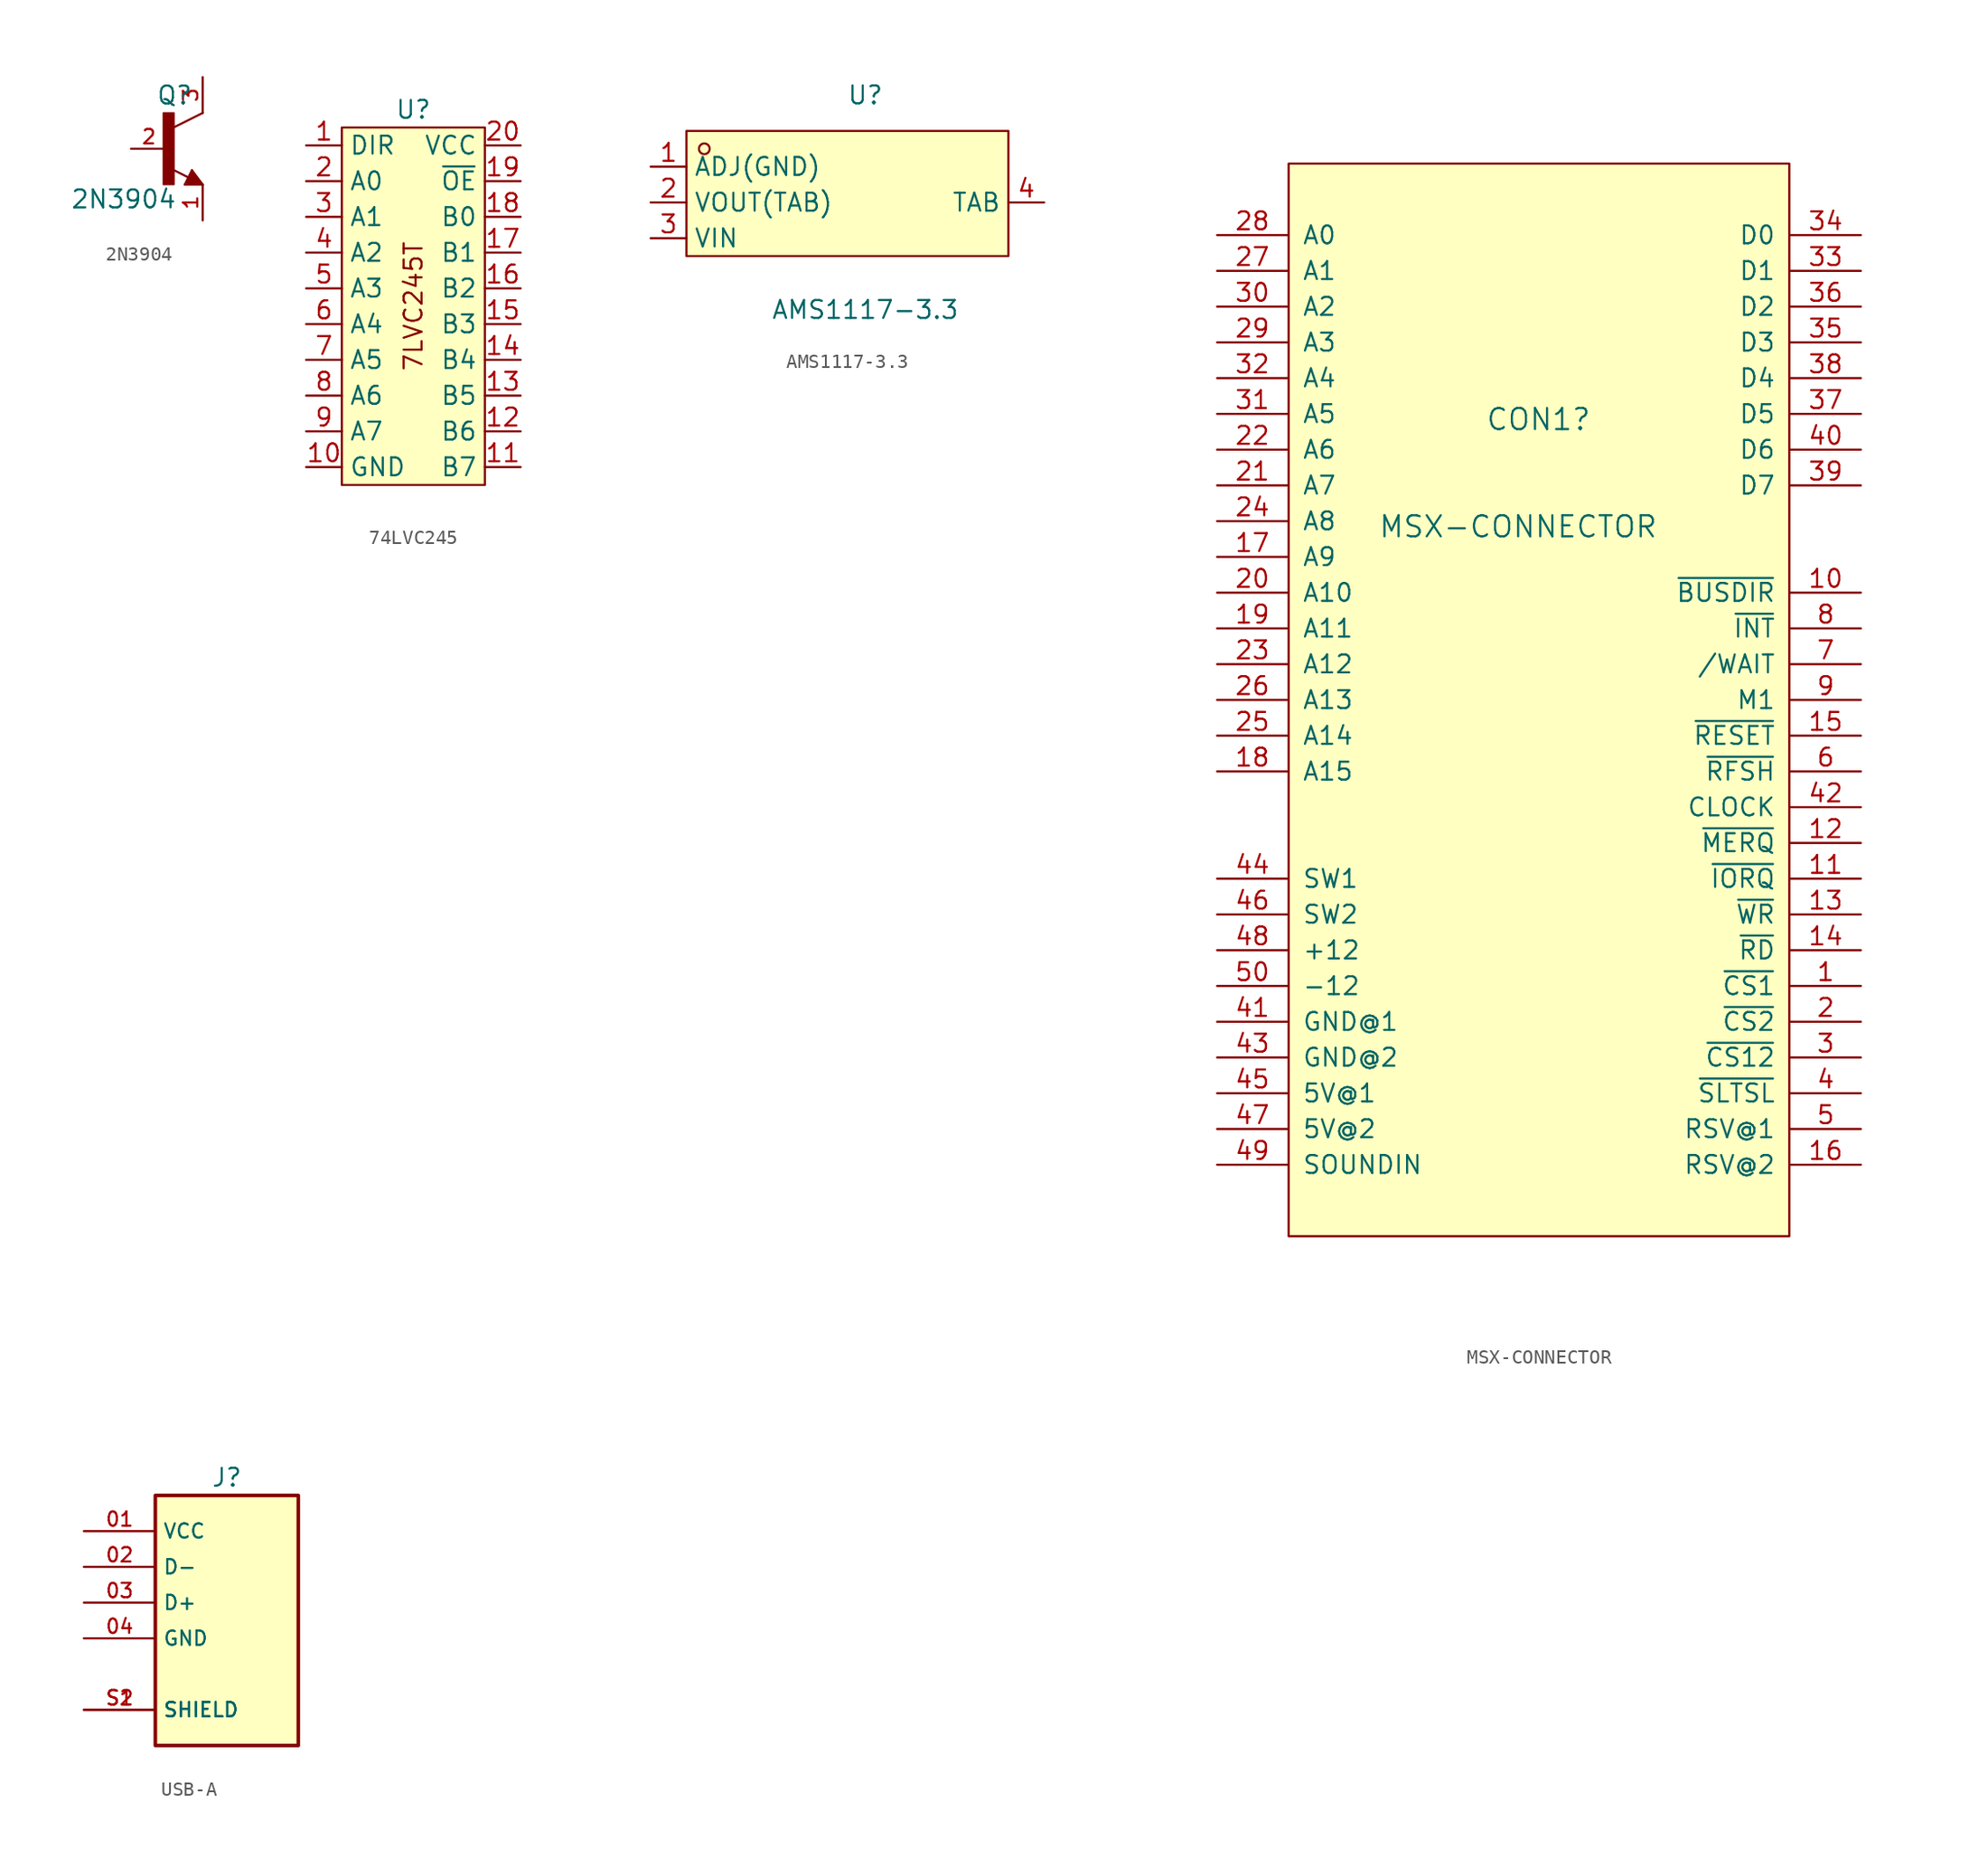
<source format=kicad_sym>
(kicad_symbol_lib
  (version 20231120)
  (generator "kicad_symbol_editor")
  (generator_version "8.0")
  (symbol "2N3904"
    (pin_names
      (offset 1.016))
    (property "Reference" "Q"
      (at -0.762 3.048 0)
      (effects (font (size 1.27 1.27)) (justify left bottom)))
    (property "Value" "2N3904"
      (at -6.858 -4.318 0)
      (effects (font (size 1.27 1.27)) (justify left bottom)))
    (symbol "2N3904_0_0"
      (rectangle (start -0.254 -2.54) (end 0.508 2.54) (stroke (width 0.1) (type default)) (fill (type outline)))
      (polyline (pts (xy 1.27 -2.54) (xy 1.778 -1.524)) (stroke (width 0.152) (type default)) (fill (type none)))
      (polyline (pts (xy 1.524 -2.413) (xy 2.286 -2.413)) (stroke (width 0.254) (type default)) (fill (type none)))
      (polyline (pts (xy 1.524 -2.286) (xy 1.905 -2.286)) (stroke (width 0.254) (type default)) (fill (type none)))
      (polyline (pts (xy 1.54 -2.04) (xy 0.308 -1.424)) (stroke (width 0.152) (type default)) (fill (type none)))
      (polyline (pts (xy 1.778 -1.778) (xy 1.524 -2.286)) (stroke (width 0.254) (type default)) (fill (type none)))
      (polyline (pts (xy 1.778 -1.524) (xy 2.54 -2.54)) (stroke (width 0.152) (type default)) (fill (type none)))
      (polyline (pts (xy 1.905 -2.286) (xy 1.778 -2.032)) (stroke (width 0.254) (type default)) (fill (type none)))
      (polyline (pts (xy 2.286 -2.413) (xy 1.778 -1.778)) (stroke (width 0.254) (type default)) (fill (type none)))
      (polyline (pts (xy 2.54 -2.54) (xy 1.27 -2.54)) (stroke (width 0.152) (type default)) (fill (type none)))
      (polyline (pts (xy 2.54 2.54) (xy 0.508 1.524)) (stroke (width 0.152) (type default)) (fill (type none)))
      (pin passive line (at 2.54 -5.08 90) (length 2.54) (name "~" (effects (font (size 1.016 1.016)))) (number "1" (effects (font (size 1.016 1.016)))))
      (pin passive line (at -2.54 0 0) (length 2.54) (name "~" (effects (font (size 1.016 1.016)))) (number "2" (effects (font (size 1.016 1.016)))))
      (pin passive line (at 2.54 5.08 270) (length 2.54) (name "~" (effects (font (size 1.016 1.016)))) (number "3" (effects (font (size 1.016 1.016)))))))
  (symbol "74LVC245"
    (property "Reference" "U"
      (at 0 12.7 0)
      (effects (font (size 1.27 1.27))))
    (property "Value" ""
      (at 0 12.7 0)
      (effects (font (size 1.27 1.27))))
    (symbol "74LVC245_1_1"
      (rectangle (start -5.08 11.43) (end 5.08 -13.97) (stroke (width 0) (type default)) (fill (type background)))
      (text "7LVC245T" (at 0 -1.27 900) (effects (font (size 1.27 1.27))))
      (pin input line (at -7.62 10.16 0) (length 2.54) (name "DIR" (effects (font (size 1.27 1.27)))) (number "1" (effects (font (size 1.27 1.27)))))
      (pin input line (at -7.62 -12.7 0) (length 2.54) (name "GND" (effects (font (size 1.27 1.27)))) (number "10" (effects (font (size 1.27 1.27)))))
      (pin input line (at 7.62 -12.7 180) (length 2.54) (name "B7" (effects (font (size 1.27 1.27)))) (number "11" (effects (font (size 1.27 1.27)))))
      (pin input line (at 7.62 -10.16 180) (length 2.54) (name "B6" (effects (font (size 1.27 1.27)))) (number "12" (effects (font (size 1.27 1.27)))))
      (pin input line (at 7.62 -7.62 180) (length 2.54) (name "B5" (effects (font (size 1.27 1.27)))) (number "13" (effects (font (size 1.27 1.27)))))
      (pin input line (at 7.62 -5.08 180) (length 2.54) (name "B4" (effects (font (size 1.27 1.27)))) (number "14" (effects (font (size 1.27 1.27)))))
      (pin input line (at 7.62 -2.54 180) (length 2.54) (name "B3" (effects (font (size 1.27 1.27)))) (number "15" (effects (font (size 1.27 1.27)))))
      (pin input line (at 7.62 0 180) (length 2.54) (name "B2" (effects (font (size 1.27 1.27)))) (number "16" (effects (font (size 1.27 1.27)))))
      (pin input line (at 7.62 2.54 180) (length 2.54) (name "B1" (effects (font (size 1.27 1.27)))) (number "17" (effects (font (size 1.27 1.27)))))
      (pin input line (at 7.62 5.08 180) (length 2.54) (name "B0" (effects (font (size 1.27 1.27)))) (number "18" (effects (font (size 1.27 1.27)))))
      (pin input line (at 7.62 7.62 180) (length 2.54) (name "~{OE}" (effects (font (size 1.27 1.27)))) (number "19" (effects (font (size 1.27 1.27)))))
      (pin input line (at -7.62 7.62 0) (length 2.54) (name "A0" (effects (font (size 1.27 1.27)))) (number "2" (effects (font (size 1.27 1.27)))))
      (pin input line (at 7.62 10.16 180) (length 2.54) (name "VCC" (effects (font (size 1.27 1.27)))) (number "20" (effects (font (size 1.27 1.27)))))
      (pin input line (at -7.62 5.08 0) (length 2.54) (name "A1" (effects (font (size 1.27 1.27)))) (number "3" (effects (font (size 1.27 1.27)))))
      (pin input line (at -7.62 2.54 0) (length 2.54) (name "A2" (effects (font (size 1.27 1.27)))) (number "4" (effects (font (size 1.27 1.27)))))
      (pin input line (at -7.62 0 0) (length 2.54) (name "A3" (effects (font (size 1.27 1.27)))) (number "5" (effects (font (size 1.27 1.27)))))
      (pin input line (at -7.62 -2.54 0) (length 2.54) (name "A4" (effects (font (size 1.27 1.27)))) (number "6" (effects (font (size 1.27 1.27)))))
      (pin input line (at -7.62 -5.08 0) (length 2.54) (name "A5" (effects (font (size 1.27 1.27)))) (number "7" (effects (font (size 1.27 1.27)))))
      (pin input line (at -7.62 -7.62 0) (length 2.54) (name "A6" (effects (font (size 1.27 1.27)))) (number "8" (effects (font (size 1.27 1.27)))))
      (pin input line (at -7.62 -10.16 0) (length 2.54) (name "A7" (effects (font (size 1.27 1.27)))) (number "9" (effects (font (size 1.27 1.27)))))))
  (symbol "AMS1117-3.3"
    (property "Reference" "U"
      (at 0 7.62 0)
      (effects (font (size 1.27 1.27))))
    (property "Value" "AMS1117-3.3"
      (at 0 -7.62 0)
      (effects (font (size 1.27 1.27))))
    (symbol "AMS1117-3.3_0_1"
      (rectangle (start -12.7 5.08) (end 10.16 -3.81) (stroke (width 0) (type default)) (fill (type background)))
      (circle (center -11.43 3.81) (radius 0.38) (stroke (width 0) (type default)) (fill (type none)))
      (pin unspecified line (at -15.24 2.54 0) (length 2.54) (name "ADJ(GND)" (effects (font (size 1.27 1.27)))) (number "1" (effects (font (size 1.27 1.27)))))
      (pin unspecified line (at -15.24 0 0) (length 2.54) (name "VOUT(TAB)" (effects (font (size 1.27 1.27)))) (number "2" (effects (font (size 1.27 1.27)))))
      (pin unspecified line (at -15.24 -2.54 0) (length 2.54) (name "VIN" (effects (font (size 1.27 1.27)))) (number "3" (effects (font (size 1.27 1.27)))))
      (pin unspecified line (at 12.7 0 180) (length 2.54) (name "TAB" (effects (font (size 1.27 1.27)))) (number "4" (effects (font (size 1.27 1.27)))))))
  (symbol "MSX-CONNECTOR"
    (pin_names
      (offset 1.016))
    (property "Reference" "CON1"
      (at -3.81 19.05 0)
      (effects (font (size 1.499 1.499)) (justify left bottom)))
    (property "Value" "MSX-CONNECTOR"
      (at -11.43 11.43 0)
      (effects (font (size 1.499 1.499)) (justify left bottom)))
    (symbol "MSX-CONNECTOR_1_0"
      (pin bidirectional line (at 22.86 -20.32 180) (length 5) (name "~{CS1}" (effects (font (size 1.27 1.27)))) (number "1" (effects (font (size 1.27 1.27)))))
      (pin bidirectional line (at 22.86 7.62 180) (length 5) (name "~{BUSDIR}" (effects (font (size 1.27 1.27)))) (number "10" (effects (font (size 1.27 1.27)))))
      (pin bidirectional line (at 22.86 -12.7 180) (length 5) (name "~{IORQ}" (effects (font (size 1.27 1.27)))) (number "11" (effects (font (size 1.27 1.27)))))
      (pin bidirectional line (at 22.86 -10.16 180) (length 5) (name "~{MERQ}" (effects (font (size 1.27 1.27)))) (number "12" (effects (font (size 1.27 1.27)))))
      (pin bidirectional line (at 22.86 -15.24 180) (length 5) (name "~{WR}" (effects (font (size 1.27 1.27)))) (number "13" (effects (font (size 1.27 1.27)))))
      (pin bidirectional line (at 22.86 -17.78 180) (length 5) (name "~{RD}" (effects (font (size 1.27 1.27)))) (number "14" (effects (font (size 1.27 1.27)))))
      (pin bidirectional line (at 22.86 -2.54 180) (length 5) (name "~{RESET}" (effects (font (size 1.27 1.27)))) (number "15" (effects (font (size 1.27 1.27)))))
      (pin bidirectional line (at 22.86 -33.02 180) (length 5) (name "RSV@2" (effects (font (size 1.27 1.27)))) (number "16" (effects (font (size 1.27 1.27)))))
      (pin bidirectional line (at -22.86 10.16 0) (length 5) (name "A9" (effects (font (size 1.27 1.27)))) (number "17" (effects (font (size 1.27 1.27)))))
      (pin bidirectional line (at -22.86 -5.08 0) (length 5) (name "A15" (effects (font (size 1.27 1.27)))) (number "18" (effects (font (size 1.27 1.27)))))
      (pin bidirectional line (at -22.86 5.08 0) (length 5) (name "A11" (effects (font (size 1.27 1.27)))) (number "19" (effects (font (size 1.27 1.27)))))
      (pin bidirectional line (at 22.86 -22.86 180) (length 5) (name "~{CS2}" (effects (font (size 1.27 1.27)))) (number "2" (effects (font (size 1.27 1.27)))))
      (pin bidirectional line (at -22.86 7.62 0) (length 5) (name "A10" (effects (font (size 1.27 1.27)))) (number "20" (effects (font (size 1.27 1.27)))))
      (pin bidirectional line (at -22.86 15.24 0) (length 5) (name "A7" (effects (font (size 1.27 1.27)))) (number "21" (effects (font (size 1.27 1.27)))))
      (pin bidirectional line (at -22.86 17.78 0) (length 5) (name "A6" (effects (font (size 1.27 1.27)))) (number "22" (effects (font (size 1.27 1.27)))))
      (pin bidirectional line (at -22.86 2.54 0) (length 5) (name "A12" (effects (font (size 1.27 1.27)))) (number "23" (effects (font (size 1.27 1.27)))))
      (pin bidirectional line (at -22.86 12.7 0) (length 5) (name "A8" (effects (font (size 1.27 1.27)))) (number "24" (effects (font (size 1.27 1.27)))))
      (pin bidirectional line (at -22.86 -2.54 0) (length 5) (name "A14" (effects (font (size 1.27 1.27)))) (number "25" (effects (font (size 1.27 1.27)))))
      (pin bidirectional line (at -22.86 0 0) (length 5) (name "A13" (effects (font (size 1.27 1.27)))) (number "26" (effects (font (size 1.27 1.27)))))
      (pin bidirectional line (at -22.86 30.48 0) (length 5) (name "A1" (effects (font (size 1.27 1.27)))) (number "27" (effects (font (size 1.27 1.27)))))
      (pin bidirectional line (at -22.86 33.02 0) (length 5) (name "A0" (effects (font (size 1.27 1.27)))) (number "28" (effects (font (size 1.27 1.27)))))
      (pin bidirectional line (at -22.86 25.4 0) (length 5) (name "A3" (effects (font (size 1.27 1.27)))) (number "29" (effects (font (size 1.27 1.27)))))
      (pin bidirectional line (at 22.86 -25.4 180) (length 5) (name "~{CS12}" (effects (font (size 1.27 1.27)))) (number "3" (effects (font (size 1.27 1.27)))))
      (pin bidirectional line (at -22.86 27.94 0) (length 5) (name "A2" (effects (font (size 1.27 1.27)))) (number "30" (effects (font (size 1.27 1.27)))))
      (pin bidirectional line (at -22.86 20.32 0) (length 5) (name "A5" (effects (font (size 1.27 1.27)))) (number "31" (effects (font (size 1.27 1.27)))))
      (pin bidirectional line (at -22.86 22.86 0) (length 5) (name "A4" (effects (font (size 1.27 1.27)))) (number "32" (effects (font (size 1.27 1.27)))))
      (pin bidirectional line (at 22.86 30.48 180) (length 5) (name "D1" (effects (font (size 1.27 1.27)))) (number "33" (effects (font (size 1.27 1.27)))))
      (pin bidirectional line (at 22.86 33.02 180) (length 5) (name "D0" (effects (font (size 1.27 1.27)))) (number "34" (effects (font (size 1.27 1.27)))))
      (pin bidirectional line (at 22.86 25.4 180) (length 5) (name "D3" (effects (font (size 1.27 1.27)))) (number "35" (effects (font (size 1.27 1.27)))))
      (pin bidirectional line (at 22.86 27.94 180) (length 5) (name "D2" (effects (font (size 1.27 1.27)))) (number "36" (effects (font (size 1.27 1.27)))))
      (pin bidirectional line (at 22.86 20.32 180) (length 5) (name "D5" (effects (font (size 1.27 1.27)))) (number "37" (effects (font (size 1.27 1.27)))))
      (pin bidirectional line (at 22.86 22.86 180) (length 5) (name "D4" (effects (font (size 1.27 1.27)))) (number "38" (effects (font (size 1.27 1.27)))))
      (pin bidirectional line (at 22.86 15.24 180) (length 5) (name "D7" (effects (font (size 1.27 1.27)))) (number "39" (effects (font (size 1.27 1.27)))))
      (pin bidirectional line (at 22.86 -27.94 180) (length 5) (name "~{SLTSL}" (effects (font (size 1.27 1.27)))) (number "4" (effects (font (size 1.27 1.27)))))
      (pin bidirectional line (at 22.86 17.78 180) (length 5) (name "D6" (effects (font (size 1.27 1.27)))) (number "40" (effects (font (size 1.27 1.27)))))
      (pin bidirectional line (at -22.86 -22.86 0) (length 5) (name "GND@1" (effects (font (size 1.27 1.27)))) (number "41" (effects (font (size 1.27 1.27)))))
      (pin bidirectional line (at 22.86 -7.62 180) (length 5) (name "CLOCK" (effects (font (size 1.27 1.27)))) (number "42" (effects (font (size 1.27 1.27)))))
      (pin bidirectional line (at -22.86 -25.4 0) (length 5) (name "GND@2" (effects (font (size 1.27 1.27)))) (number "43" (effects (font (size 1.27 1.27)))))
      (pin bidirectional line (at -22.86 -12.7 0) (length 5) (name "SW1" (effects (font (size 1.27 1.27)))) (number "44" (effects (font (size 1.27 1.27)))))
      (pin bidirectional line (at -22.86 -27.94 0) (length 5) (name "5V@1" (effects (font (size 1.27 1.27)))) (number "45" (effects (font (size 1.27 1.27)))))
      (pin bidirectional line (at -22.86 -15.24 0) (length 5) (name "SW2" (effects (font (size 1.27 1.27)))) (number "46" (effects (font (size 1.27 1.27)))))
      (pin bidirectional line (at -22.86 -30.48 0) (length 5) (name "5V@2" (effects (font (size 1.27 1.27)))) (number "47" (effects (font (size 1.27 1.27)))))
      (pin bidirectional line (at -22.86 -17.78 0) (length 5) (name "+12" (effects (font (size 1.27 1.27)))) (number "48" (effects (font (size 1.27 1.27)))))
      (pin bidirectional line (at -22.86 -33.02 0) (length 5) (name "SOUNDIN" (effects (font (size 1.27 1.27)))) (number "49" (effects (font (size 1.27 1.27)))))
      (pin bidirectional line (at 22.86 -30.48 180) (length 5) (name "RSV@1" (effects (font (size 1.27 1.27)))) (number "5" (effects (font (size 1.27 1.27)))))
      (pin bidirectional line (at -22.86 -20.32 0) (length 5) (name "-12" (effects (font (size 1.27 1.27)))) (number "50" (effects (font (size 1.27 1.27)))))
      (pin bidirectional line (at 22.86 -5.08 180) (length 5) (name "~{RFSH}" (effects (font (size 1.27 1.27)))) (number "6" (effects (font (size 1.27 1.27)))))
      (pin bidirectional line (at 22.86 2.54 180) (length 5) (name "/WAIT" (effects (font (size 1.27 1.27)))) (number "7" (effects (font (size 1.27 1.27)))))
      (pin bidirectional line (at 22.86 5.08 180) (length 5) (name "~{INT}" (effects (font (size 1.27 1.27)))) (number "8" (effects (font (size 1.27 1.27)))))
      (pin bidirectional line (at 22.86 0 180) (length 5) (name "M1" (effects (font (size 1.27 1.27)))) (number "9" (effects (font (size 1.27 1.27))))))
    (symbol "MSX-CONNECTOR_1_1"
      (rectangle (start -17.78 38.1) (end 17.78 -38.1) (stroke (width 0) (type default)) (fill (type background)))))
  (symbol "USB-A"
    (property "Reference" "J"
      (at 0 8.89 0)
      (effects (font (size 1.27 1.27))))
    (property "Value" ""
      (at 0 8.89 0)
      (effects (font (size 1.27 1.27))))
    (symbol "USB-A_0_0"
      (rectangle (start -5.08 7.62) (end 5.08 -10.16) (stroke (width 0.254) (type default)) (fill (type background)))
      (pin power_in line (at -10.16 5.08 0) (length 5.08) (name "VCC" (effects (font (size 1.016 1.016)))) (number "01" (effects (font (size 1.016 1.016)))))
      (pin bidirectional line (at -10.16 2.54 0) (length 5.08) (name "D-" (effects (font (size 1.016 1.016)))) (number "02" (effects (font (size 1.016 1.016)))))
      (pin bidirectional line (at -10.16 0 0) (length 5.08) (name "D+" (effects (font (size 1.016 1.016)))) (number "03" (effects (font (size 1.016 1.016)))))
      (pin power_in line (at -10.16 -2.54 0) (length 5.08) (name "GND" (effects (font (size 1.016 1.016)))) (number "04" (effects (font (size 1.016 1.016)))))
      (pin passive line (at -10.16 -7.62 0) (length 5.08) (name "SHIELD" (effects (font (size 1.016 1.016)))) (number "S1" (effects (font (size 1.016 1.016)))))
      (pin passive line (at -10.16 -7.62 0) (length 5.08) (name "SHIELD" (effects (font (size 1.016 1.016)))) (number "S2" (effects (font (size 1.016 1.016))))))))
</source>
